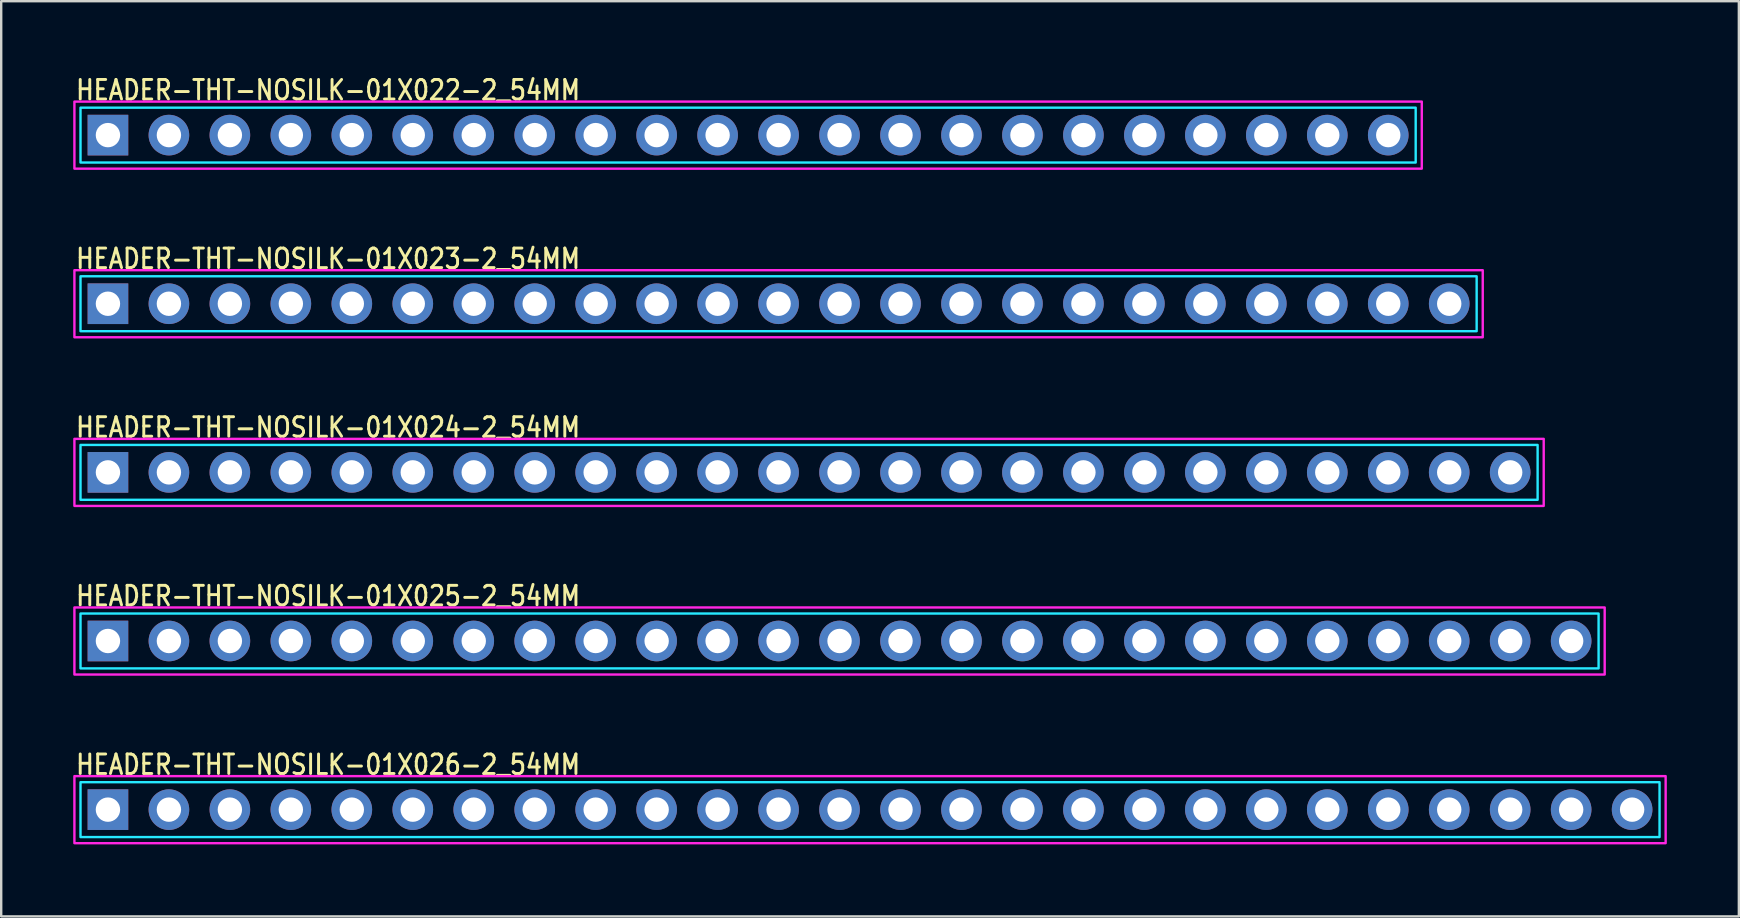
<source format=kicad_pcb>
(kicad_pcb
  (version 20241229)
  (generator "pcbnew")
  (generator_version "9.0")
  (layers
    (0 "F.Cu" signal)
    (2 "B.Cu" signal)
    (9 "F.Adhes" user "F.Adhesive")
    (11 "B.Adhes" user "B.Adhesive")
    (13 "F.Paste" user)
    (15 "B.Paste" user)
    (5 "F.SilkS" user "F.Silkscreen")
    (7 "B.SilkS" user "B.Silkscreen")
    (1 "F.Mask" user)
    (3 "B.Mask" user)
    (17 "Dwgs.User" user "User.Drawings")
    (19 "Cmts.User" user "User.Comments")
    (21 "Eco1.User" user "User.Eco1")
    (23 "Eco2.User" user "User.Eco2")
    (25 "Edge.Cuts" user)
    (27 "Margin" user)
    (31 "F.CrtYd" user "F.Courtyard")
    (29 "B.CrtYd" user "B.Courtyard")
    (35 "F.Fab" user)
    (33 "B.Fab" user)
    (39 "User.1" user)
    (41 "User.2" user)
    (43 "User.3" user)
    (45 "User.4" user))
  (footprint "HEADER-THT-NOSILK-01X025-2_54MM"
    (layer "F.Cu")
    (at 1.447 23.655)
    (property "Reference" "HEADER-THT-NOSILK-01X025-2_54MM" (at -1.4 -1.4 0) (unlocked yes) (layer "F.SilkS") (effects (font (size 0.813 0.695) (thickness 0.122)) (justify left bottom)))
    (fp_poly (pts (xy -1.143 -1.143) (xy 62.103 -1.143) (xy 62.103 1.143) (xy -1.143 1.143)) (stroke (width 0.1) (type solid)) (fill no) (layer "B.CrtYd"))
    (fp_poly (pts (xy -1.397 -1.397) (xy 62.357 -1.397) (xy 62.357 1.397) (xy -1.397 1.397)) (stroke (width 0.1) (type solid)) (fill no) (layer "F.CrtYd"))
    (pad "1" thru_hole rect (at 0 0) (size 1.693 1.693) (drill 1.016) (layers "*.Cu" "*.Mask"))
    (pad "2" thru_hole oval (at 2.54 0) (size 1.693 1.693) (drill 1.016) (layers "*.Cu" "*.Mask"))
    (pad "3" thru_hole oval (at 5.08 0) (size 1.693 1.693) (drill 1.016) (layers "*.Cu" "*.Mask"))
    (pad "4" thru_hole oval (at 7.62 0) (size 1.693 1.693) (drill 1.016) (layers "*.Cu" "*.Mask"))
    (pad "5" thru_hole oval (at 10.16 0) (size 1.693 1.693) (drill 1.016) (layers "*.Cu" "*.Mask"))
    (pad "6" thru_hole oval (at 12.7 0) (size 1.693 1.693) (drill 1.016) (layers "*.Cu" "*.Mask"))
    (pad "7" thru_hole oval (at 15.24 0) (size 1.693 1.693) (drill 1.016) (layers "*.Cu" "*.Mask"))
    (pad "8" thru_hole oval (at 17.78 0) (size 1.693 1.693) (drill 1.016) (layers "*.Cu" "*.Mask"))
    (pad "9" thru_hole oval (at 20.32 0) (size 1.693 1.693) (drill 1.016) (layers "*.Cu" "*.Mask"))
    (pad "10" thru_hole oval (at 22.86 0) (size 1.693 1.693) (drill 1.016) (layers "*.Cu" "*.Mask"))
    (pad "11" thru_hole oval (at 25.4 0) (size 1.693 1.693) (drill 1.016) (layers "*.Cu" "*.Mask"))
    (pad "12" thru_hole oval (at 27.94 0) (size 1.693 1.693) (drill 1.016) (layers "*.Cu" "*.Mask"))
    (pad "13" thru_hole oval (at 30.48 0) (size 1.693 1.693) (drill 1.016) (layers "*.Cu" "*.Mask"))
    (pad "14" thru_hole oval (at 33.02 0) (size 1.693 1.693) (drill 1.016) (layers "*.Cu" "*.Mask"))
    (pad "15" thru_hole oval (at 35.56 0) (size 1.693 1.693) (drill 1.016) (layers "*.Cu" "*.Mask"))
    (pad "16" thru_hole oval (at 38.1 0) (size 1.693 1.693) (drill 1.016) (layers "*.Cu" "*.Mask"))
    (pad "17" thru_hole oval (at 40.64 0) (size 1.693 1.693) (drill 1.016) (layers "*.Cu" "*.Mask"))
    (pad "18" thru_hole oval (at 43.18 0) (size 1.693 1.693) (drill 1.016) (layers "*.Cu" "*.Mask"))
    (pad "19" thru_hole oval (at 45.72 0) (size 1.693 1.693) (drill 1.016) (layers "*.Cu" "*.Mask"))
    (pad "20" thru_hole oval (at 48.26 0) (size 1.693 1.693) (drill 1.016) (layers "*.Cu" "*.Mask"))
    (pad "21" thru_hole oval (at 50.8 0) (size 1.693 1.693) (drill 1.016) (layers "*.Cu" "*.Mask"))
    (pad "22" thru_hole oval (at 53.34 0) (size 1.693 1.693) (drill 1.016) (layers "*.Cu" "*.Mask"))
    (pad "23" thru_hole oval (at 55.88 0) (size 1.693 1.693) (drill 1.016) (layers "*.Cu" "*.Mask"))
    (pad "24" thru_hole oval (at 58.42 0) (size 1.693 1.693) (drill 1.016) (layers "*.Cu" "*.Mask"))
    (pad "25" thru_hole oval (at 60.96 0) (size 1.693 1.693) (drill 1.016) (layers "*.Cu" "*.Mask")))
  (footprint "HEADER-THT-NOSILK-01X024-2_54MM"
    (layer "F.Cu")
    (at 1.447 16.63)
    (property "Reference" "HEADER-THT-NOSILK-01X024-2_54MM" (at -1.4 -1.4 0) (unlocked yes) (layer "F.SilkS") (effects (font (size 0.813 0.695) (thickness 0.122)) (justify left bottom)))
    (fp_poly (pts (xy -1.143 -1.143) (xy 59.563 -1.143) (xy 59.563 1.143) (xy -1.143 1.143)) (stroke (width 0.1) (type solid)) (fill no) (layer "B.CrtYd"))
    (fp_poly (pts (xy -1.397 -1.397) (xy 59.817 -1.397) (xy 59.817 1.397) (xy -1.397 1.397)) (stroke (width 0.1) (type solid)) (fill no) (layer "F.CrtYd"))
    (pad "1" thru_hole rect (at 0 0) (size 1.693 1.693) (drill 1.016) (layers "*.Cu" "*.Mask"))
    (pad "2" thru_hole oval (at 2.54 0) (size 1.693 1.693) (drill 1.016) (layers "*.Cu" "*.Mask"))
    (pad "3" thru_hole oval (at 5.08 0) (size 1.693 1.693) (drill 1.016) (layers "*.Cu" "*.Mask"))
    (pad "4" thru_hole oval (at 7.62 0) (size 1.693 1.693) (drill 1.016) (layers "*.Cu" "*.Mask"))
    (pad "5" thru_hole oval (at 10.16 0) (size 1.693 1.693) (drill 1.016) (layers "*.Cu" "*.Mask"))
    (pad "6" thru_hole oval (at 12.7 0) (size 1.693 1.693) (drill 1.016) (layers "*.Cu" "*.Mask"))
    (pad "7" thru_hole oval (at 15.24 0) (size 1.693 1.693) (drill 1.016) (layers "*.Cu" "*.Mask"))
    (pad "8" thru_hole oval (at 17.78 0) (size 1.693 1.693) (drill 1.016) (layers "*.Cu" "*.Mask"))
    (pad "9" thru_hole oval (at 20.32 0) (size 1.693 1.693) (drill 1.016) (layers "*.Cu" "*.Mask"))
    (pad "10" thru_hole oval (at 22.86 0) (size 1.693 1.693) (drill 1.016) (layers "*.Cu" "*.Mask"))
    (pad "11" thru_hole oval (at 25.4 0) (size 1.693 1.693) (drill 1.016) (layers "*.Cu" "*.Mask"))
    (pad "12" thru_hole oval (at 27.94 0) (size 1.693 1.693) (drill 1.016) (layers "*.Cu" "*.Mask"))
    (pad "13" thru_hole oval (at 30.48 0) (size 1.693 1.693) (drill 1.016) (layers "*.Cu" "*.Mask"))
    (pad "14" thru_hole oval (at 33.02 0) (size 1.693 1.693) (drill 1.016) (layers "*.Cu" "*.Mask"))
    (pad "15" thru_hole oval (at 35.56 0) (size 1.693 1.693) (drill 1.016) (layers "*.Cu" "*.Mask"))
    (pad "16" thru_hole oval (at 38.1 0) (size 1.693 1.693) (drill 1.016) (layers "*.Cu" "*.Mask"))
    (pad "17" thru_hole oval (at 40.64 0) (size 1.693 1.693) (drill 1.016) (layers "*.Cu" "*.Mask"))
    (pad "18" thru_hole oval (at 43.18 0) (size 1.693 1.693) (drill 1.016) (layers "*.Cu" "*.Mask"))
    (pad "19" thru_hole oval (at 45.72 0) (size 1.693 1.693) (drill 1.016) (layers "*.Cu" "*.Mask"))
    (pad "20" thru_hole oval (at 48.26 0) (size 1.693 1.693) (drill 1.016) (layers "*.Cu" "*.Mask"))
    (pad "21" thru_hole oval (at 50.8 0) (size 1.693 1.693) (drill 1.016) (layers "*.Cu" "*.Mask"))
    (pad "22" thru_hole oval (at 53.34 0) (size 1.693 1.693) (drill 1.016) (layers "*.Cu" "*.Mask"))
    (pad "23" thru_hole oval (at 55.88 0) (size 1.693 1.693) (drill 1.016) (layers "*.Cu" "*.Mask"))
    (pad "24" thru_hole oval (at 58.42 0) (size 1.693 1.693) (drill 1.016) (layers "*.Cu" "*.Mask")))
  (footprint "HEADER-THT-NOSILK-01X022-2_54MM"
    (layer "F.Cu")
    (at 1.447 2.579)
    (property "Reference" "HEADER-THT-NOSILK-01X022-2_54MM" (at -1.4 -1.4 0) (unlocked yes) (layer "F.SilkS") (effects (font (size 0.813 0.695) (thickness 0.122)) (justify left bottom)))
    (fp_poly (pts (xy -1.143 -1.143) (xy 54.483 -1.143) (xy 54.483 1.143) (xy -1.143 1.143)) (stroke (width 0.1) (type solid)) (fill no) (layer "B.CrtYd"))
    (fp_poly (pts (xy -1.397 -1.397) (xy 54.737 -1.397) (xy 54.737 1.397) (xy -1.397 1.397)) (stroke (width 0.1) (type solid)) (fill no) (layer "F.CrtYd"))
    (pad "P$1" thru_hole rect (at 0 0) (size 1.693 1.693) (drill 1.016) (layers "*.Cu" "*.Mask"))
    (pad "P$2" thru_hole oval (at 2.54 0) (size 1.693 1.693) (drill 1.016) (layers "*.Cu" "*.Mask"))
    (pad "P$3" thru_hole oval (at 5.08 0) (size 1.693 1.693) (drill 1.016) (layers "*.Cu" "*.Mask"))
    (pad "P$4" thru_hole oval (at 7.62 0) (size 1.693 1.693) (drill 1.016) (layers "*.Cu" "*.Mask"))
    (pad "P$5" thru_hole oval (at 10.16 0) (size 1.693 1.693) (drill 1.016) (layers "*.Cu" "*.Mask"))
    (pad "P$6" thru_hole oval (at 12.7 0) (size 1.693 1.693) (drill 1.016) (layers "*.Cu" "*.Mask"))
    (pad "P$7" thru_hole oval (at 15.24 0) (size 1.693 1.693) (drill 1.016) (layers "*.Cu" "*.Mask"))
    (pad "P$8" thru_hole oval (at 17.78 0) (size 1.693 1.693) (drill 1.016) (layers "*.Cu" "*.Mask"))
    (pad "P$9" thru_hole oval (at 20.32 0) (size 1.693 1.693) (drill 1.016) (layers "*.Cu" "*.Mask"))
    (pad "P$10" thru_hole oval (at 22.86 0) (size 1.693 1.693) (drill 1.016) (layers "*.Cu" "*.Mask"))
    (pad "P$11" thru_hole oval (at 25.4 0) (size 1.693 1.693) (drill 1.016) (layers "*.Cu" "*.Mask"))
    (pad "P$12" thru_hole oval (at 27.94 0) (size 1.693 1.693) (drill 1.016) (layers "*.Cu" "*.Mask"))
    (pad "P$13" thru_hole oval (at 30.48 0) (size 1.693 1.693) (drill 1.016) (layers "*.Cu" "*.Mask"))
    (pad "P$14" thru_hole oval (at 33.02 0) (size 1.693 1.693) (drill 1.016) (layers "*.Cu" "*.Mask"))
    (pad "P$15" thru_hole oval (at 35.56 0) (size 1.693 1.693) (drill 1.016) (layers "*.Cu" "*.Mask"))
    (pad "P$16" thru_hole oval (at 38.1 0) (size 1.693 1.693) (drill 1.016) (layers "*.Cu" "*.Mask"))
    (pad "P$17" thru_hole oval (at 40.64 0) (size 1.693 1.693) (drill 1.016) (layers "*.Cu" "*.Mask"))
    (pad "P$18" thru_hole oval (at 43.18 0) (size 1.693 1.693) (drill 1.016) (layers "*.Cu" "*.Mask"))
    (pad "P$19" thru_hole oval (at 45.72 0) (size 1.693 1.693) (drill 1.016) (layers "*.Cu" "*.Mask"))
    (pad "P$20" thru_hole oval (at 48.26 0) (size 1.693 1.693) (drill 1.016) (layers "*.Cu" "*.Mask"))
    (pad "P$21" thru_hole oval (at 50.8 0) (size 1.693 1.693) (drill 1.016) (layers "*.Cu" "*.Mask"))
    (pad "P$22" thru_hole oval (at 53.34 0) (size 1.693 1.693) (drill 1.016) (layers "*.Cu" "*.Mask")))
  (footprint "HEADER-THT-NOSILK-01X026-2_54MM"
    (layer "F.Cu")
    (at 1.447 30.681)
    (property "Reference" "HEADER-THT-NOSILK-01X026-2_54MM" (at -1.4 -1.4 0) (unlocked yes) (layer "F.SilkS") (effects (font (size 0.813 0.695) (thickness 0.122)) (justify left bottom)))
    (fp_poly (pts (xy -1.143 -1.143) (xy 64.643 -1.143) (xy 64.643 1.143) (xy -1.143 1.143)) (stroke (width 0.1) (type solid)) (fill no) (layer "B.CrtYd"))
    (fp_poly (pts (xy -1.397 -1.397) (xy 64.897 -1.397) (xy 64.897 1.397) (xy -1.397 1.397)) (stroke (width 0.1) (type solid)) (fill no) (layer "F.CrtYd"))
    (pad "1" thru_hole rect (at 0 0) (size 1.693 1.693) (drill 1.016) (layers "*.Cu" "*.Mask"))
    (pad "2" thru_hole oval (at 2.54 0) (size 1.693 1.693) (drill 1.016) (layers "*.Cu" "*.Mask"))
    (pad "3" thru_hole oval (at 5.08 0) (size 1.693 1.693) (drill 1.016) (layers "*.Cu" "*.Mask"))
    (pad "4" thru_hole oval (at 7.62 0) (size 1.693 1.693) (drill 1.016) (layers "*.Cu" "*.Mask"))
    (pad "5" thru_hole oval (at 10.16 0) (size 1.693 1.693) (drill 1.016) (layers "*.Cu" "*.Mask"))
    (pad "6" thru_hole oval (at 12.7 0) (size 1.693 1.693) (drill 1.016) (layers "*.Cu" "*.Mask"))
    (pad "7" thru_hole oval (at 15.24 0) (size 1.693 1.693) (drill 1.016) (layers "*.Cu" "*.Mask"))
    (pad "8" thru_hole oval (at 17.78 0) (size 1.693 1.693) (drill 1.016) (layers "*.Cu" "*.Mask"))
    (pad "9" thru_hole oval (at 20.32 0) (size 1.693 1.693) (drill 1.016) (layers "*.Cu" "*.Mask"))
    (pad "10" thru_hole oval (at 22.86 0) (size 1.693 1.693) (drill 1.016) (layers "*.Cu" "*.Mask"))
    (pad "11" thru_hole oval (at 25.4 0) (size 1.693 1.693) (drill 1.016) (layers "*.Cu" "*.Mask"))
    (pad "12" thru_hole oval (at 27.94 0) (size 1.693 1.693) (drill 1.016) (layers "*.Cu" "*.Mask"))
    (pad "13" thru_hole oval (at 30.48 0) (size 1.693 1.693) (drill 1.016) (layers "*.Cu" "*.Mask"))
    (pad "14" thru_hole oval (at 33.02 0) (size 1.693 1.693) (drill 1.016) (layers "*.Cu" "*.Mask"))
    (pad "15" thru_hole oval (at 35.56 0) (size 1.693 1.693) (drill 1.016) (layers "*.Cu" "*.Mask"))
    (pad "16" thru_hole oval (at 38.1 0) (size 1.693 1.693) (drill 1.016) (layers "*.Cu" "*.Mask"))
    (pad "17" thru_hole oval (at 40.64 0) (size 1.693 1.693) (drill 1.016) (layers "*.Cu" "*.Mask"))
    (pad "18" thru_hole oval (at 43.18 0) (size 1.693 1.693) (drill 1.016) (layers "*.Cu" "*.Mask"))
    (pad "19" thru_hole oval (at 45.72 0) (size 1.693 1.693) (drill 1.016) (layers "*.Cu" "*.Mask"))
    (pad "20" thru_hole oval (at 48.26 0) (size 1.693 1.693) (drill 1.016) (layers "*.Cu" "*.Mask"))
    (pad "21" thru_hole oval (at 50.8 0) (size 1.693 1.693) (drill 1.016) (layers "*.Cu" "*.Mask"))
    (pad "22" thru_hole oval (at 53.34 0) (size 1.693 1.693) (drill 1.016) (layers "*.Cu" "*.Mask"))
    (pad "23" thru_hole oval (at 55.88 0) (size 1.693 1.693) (drill 1.016) (layers "*.Cu" "*.Mask"))
    (pad "24" thru_hole oval (at 58.42 0) (size 1.693 1.693) (drill 1.016) (layers "*.Cu" "*.Mask"))
    (pad "25" thru_hole oval (at 60.96 0) (size 1.693 1.693) (drill 1.016) (layers "*.Cu" "*.Mask"))
    (pad "26" thru_hole oval (at 63.5 0) (size 1.693 1.693) (drill 1.016) (layers "*.Cu" "*.Mask")))
  (footprint "HEADER-THT-NOSILK-01X023-2_54MM"
    (layer "F.Cu")
    (at 1.447 9.604)
    (property "Reference" "HEADER-THT-NOSILK-01X023-2_54MM" (at -1.4 -1.4 0) (unlocked yes) (layer "F.SilkS") (effects (font (size 0.813 0.695) (thickness 0.122)) (justify left bottom)))
    (fp_poly (pts (xy -1.143 -1.143) (xy 57.023 -1.143) (xy 57.023 1.143) (xy -1.143 1.143)) (stroke (width 0.1) (type solid)) (fill no) (layer "B.CrtYd"))
    (fp_poly (pts (xy -1.397 -1.397) (xy 57.277 -1.397) (xy 57.277 1.397) (xy -1.397 1.397)) (stroke (width 0.1) (type solid)) (fill no) (layer "F.CrtYd"))
    (pad "1" thru_hole rect (at 0 0) (size 1.693 1.693) (drill 1.016) (layers "*.Cu" "*.Mask"))
    (pad "2" thru_hole oval (at 2.54 0) (size 1.693 1.693) (drill 1.016) (layers "*.Cu" "*.Mask"))
    (pad "3" thru_hole oval (at 5.08 0) (size 1.693 1.693) (drill 1.016) (layers "*.Cu" "*.Mask"))
    (pad "4" thru_hole oval (at 7.62 0) (size 1.693 1.693) (drill 1.016) (layers "*.Cu" "*.Mask"))
    (pad "5" thru_hole oval (at 10.16 0) (size 1.693 1.693) (drill 1.016) (layers "*.Cu" "*.Mask"))
    (pad "6" thru_hole oval (at 12.7 0) (size 1.693 1.693) (drill 1.016) (layers "*.Cu" "*.Mask"))
    (pad "7" thru_hole oval (at 15.24 0) (size 1.693 1.693) (drill 1.016) (layers "*.Cu" "*.Mask"))
    (pad "8" thru_hole oval (at 17.78 0) (size 1.693 1.693) (drill 1.016) (layers "*.Cu" "*.Mask"))
    (pad "9" thru_hole oval (at 20.32 0) (size 1.693 1.693) (drill 1.016) (layers "*.Cu" "*.Mask"))
    (pad "10" thru_hole oval (at 22.86 0) (size 1.693 1.693) (drill 1.016) (layers "*.Cu" "*.Mask"))
    (pad "11" thru_hole oval (at 25.4 0) (size 1.693 1.693) (drill 1.016) (layers "*.Cu" "*.Mask"))
    (pad "12" thru_hole oval (at 27.94 0) (size 1.693 1.693) (drill 1.016) (layers "*.Cu" "*.Mask"))
    (pad "13" thru_hole oval (at 30.48 0) (size 1.693 1.693) (drill 1.016) (layers "*.Cu" "*.Mask"))
    (pad "14" thru_hole oval (at 33.02 0) (size 1.693 1.693) (drill 1.016) (layers "*.Cu" "*.Mask"))
    (pad "15" thru_hole oval (at 35.56 0) (size 1.693 1.693) (drill 1.016) (layers "*.Cu" "*.Mask"))
    (pad "16" thru_hole oval (at 38.1 0) (size 1.693 1.693) (drill 1.016) (layers "*.Cu" "*.Mask"))
    (pad "17" thru_hole oval (at 40.64 0) (size 1.693 1.693) (drill 1.016) (layers "*.Cu" "*.Mask"))
    (pad "18" thru_hole oval (at 43.18 0) (size 1.693 1.693) (drill 1.016) (layers "*.Cu" "*.Mask"))
    (pad "19" thru_hole oval (at 45.72 0) (size 1.693 1.693) (drill 1.016) (layers "*.Cu" "*.Mask"))
    (pad "20" thru_hole oval (at 48.26 0) (size 1.693 1.693) (drill 1.016) (layers "*.Cu" "*.Mask"))
    (pad "21" thru_hole oval (at 50.8 0) (size 1.693 1.693) (drill 1.016) (layers "*.Cu" "*.Mask"))
    (pad "22" thru_hole oval (at 53.34 0) (size 1.693 1.693) (drill 1.016) (layers "*.Cu" "*.Mask"))
    (pad "23" thru_hole oval (at 55.88 0) (size 1.693 1.693) (drill 1.016) (layers "*.Cu" "*.Mask")))
  (gr_rect
    (start -3 -3)
    (end 69.394 35.128)
    (stroke (width 0.1) (type default))
    (fill no)
    (layer "Edge.Cuts")))
</source>
